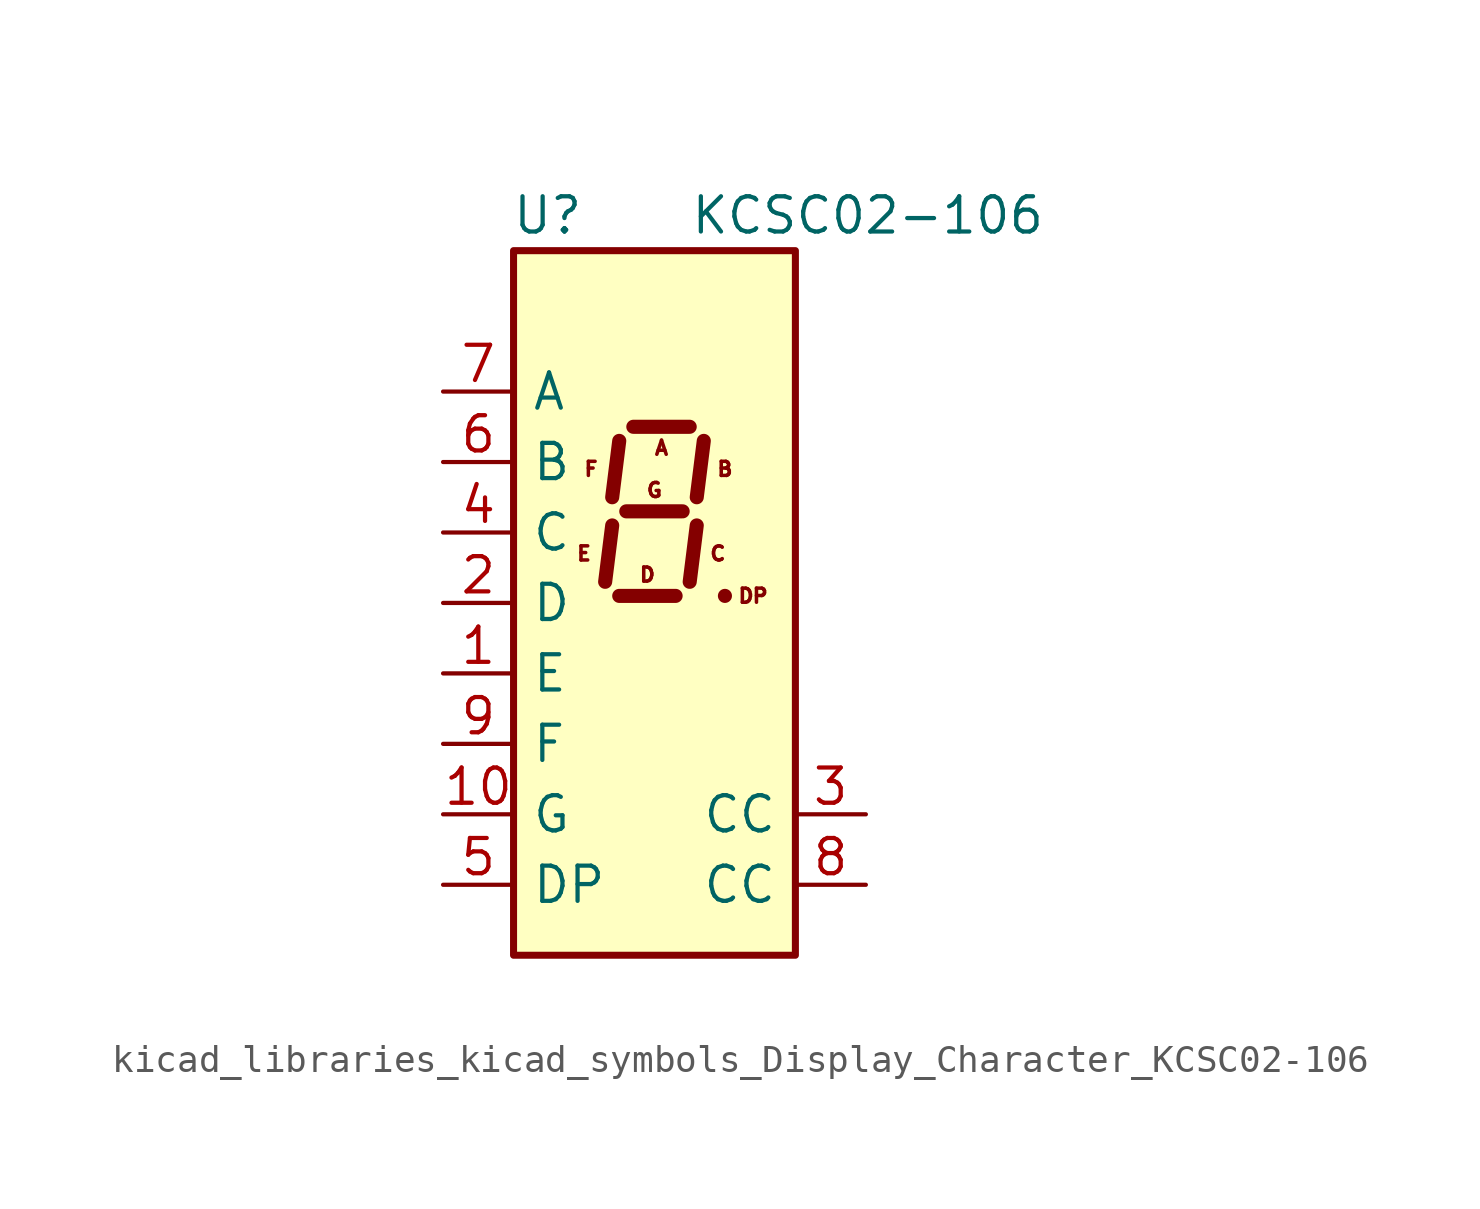
<source format=kicad_sym>
(kicad_symbol_lib
  (version 20220914)
  (generator kicad_symbol_editor)
  (symbol "kicad_libraries_kicad_symbols_Display_Character_KCSC02-106"
    (pin_names
      (offset 0.635))
    (property "Reference" "U"
      (at -2.54 13.97 0)
      (effects (font (size 1.27 1.27)) (justify right)))
    (property "Value" "KCSC02-106"
      (at 1.27 13.97 0)
      (effects (font (size 1.27 1.27)) (justify left)))
    (symbol "kicad_libraries_kicad_symbols_Display_Character_KCSC02-106_0_0"
      (text "A" (at 0.254 5.588 0) (effects (font (size 0.508 0.508))))
      (text "B" (at 2.54 4.826 0) (effects (font (size 0.508 0.508))))
      (text "C" (at 2.286 1.778 0) (effects (font (size 0.508 0.508))))
      (text "D" (at -0.254 1.016 0) (effects (font (size 0.508 0.508))))
      (text "DP" (at 3.556 0.254 0) (effects (font (size 0.508 0.508))))
      (text "E" (at -2.54 1.778 0) (effects (font (size 0.508 0.508))))
      (text "F" (at -2.286 4.826 0) (effects (font (size 0.508 0.508))))
      (text "G" (at 0 4.064 0) (effects (font (size 0.508 0.508)))))
    (symbol "kicad_libraries_kicad_symbols_Display_Character_KCSC02-106_0_1"
      (rectangle (start -5.08 12.7) (end 5.08 -12.7) (stroke (width 0.254) (type default)) (fill (type background)))
      (polyline (pts (xy -1.524 2.794) (xy -1.778 0.762)) (stroke (width 0.508) (type default)) (fill (type none)))
      (polyline (pts (xy -1.27 0.254) (xy 0.762 0.254)) (stroke (width 0.508) (type default)) (fill (type none)))
      (polyline (pts (xy -1.27 5.842) (xy -1.524 3.81)) (stroke (width 0.508) (type default)) (fill (type none)))
      (polyline (pts (xy -1.016 3.302) (xy 1.016 3.302)) (stroke (width 0.508) (type default)) (fill (type none)))
      (polyline (pts (xy -0.762 6.35) (xy 1.27 6.35)) (stroke (width 0.508) (type default)) (fill (type none)))
      (polyline (pts (xy 1.524 2.794) (xy 1.27 0.762)) (stroke (width 0.508) (type default)) (fill (type none)))
      (polyline (pts (xy 1.778 5.842) (xy 1.524 3.81)) (stroke (width 0.508) (type default)) (fill (type none)))
      (polyline (pts (xy 2.54 0.254) (xy 2.54 0.254)) (stroke (width 0.508) (type default)) (fill (type none))))
    (symbol "kicad_libraries_kicad_symbols_Display_Character_KCSC02-106_1_1"
      (pin input line (at -7.62 -2.54 0) (length 2.54) (name "E" (effects (font (size 1.27 1.27)))) (number "1" (effects (font (size 1.27 1.27)))))
      (pin input line (at -7.62 -7.62 0) (length 2.54) (name "G" (effects (font (size 1.27 1.27)))) (number "10" (effects (font (size 1.27 1.27)))))
      (pin input line (at -7.62 0 0) (length 2.54) (name "D" (effects (font (size 1.27 1.27)))) (number "2" (effects (font (size 1.27 1.27)))))
      (pin input line (at 7.62 -7.62 180) (length 2.54) (name "CC" (effects (font (size 1.27 1.27)))) (number "3" (effects (font (size 1.27 1.27)))))
      (pin input line (at -7.62 2.54 0) (length 2.54) (name "C" (effects (font (size 1.27 1.27)))) (number "4" (effects (font (size 1.27 1.27)))))
      (pin input line (at -7.62 -10.16 0) (length 2.54) (name "DP" (effects (font (size 1.27 1.27)))) (number "5" (effects (font (size 1.27 1.27)))))
      (pin input line (at -7.62 5.08 0) (length 2.54) (name "B" (effects (font (size 1.27 1.27)))) (number "6" (effects (font (size 1.27 1.27)))))
      (pin input line (at -7.62 7.62 0) (length 2.54) (name "A" (effects (font (size 1.27 1.27)))) (number "7" (effects (font (size 1.27 1.27)))))
      (pin input line (at 7.62 -10.16 180) (length 2.54) (name "CC" (effects (font (size 1.27 1.27)))) (number "8" (effects (font (size 1.27 1.27)))))
      (pin input line (at -7.62 -5.08 0) (length 2.54) (name "F" (effects (font (size 1.27 1.27)))) (number "9" (effects (font (size 1.27 1.27))))))))
</source>
